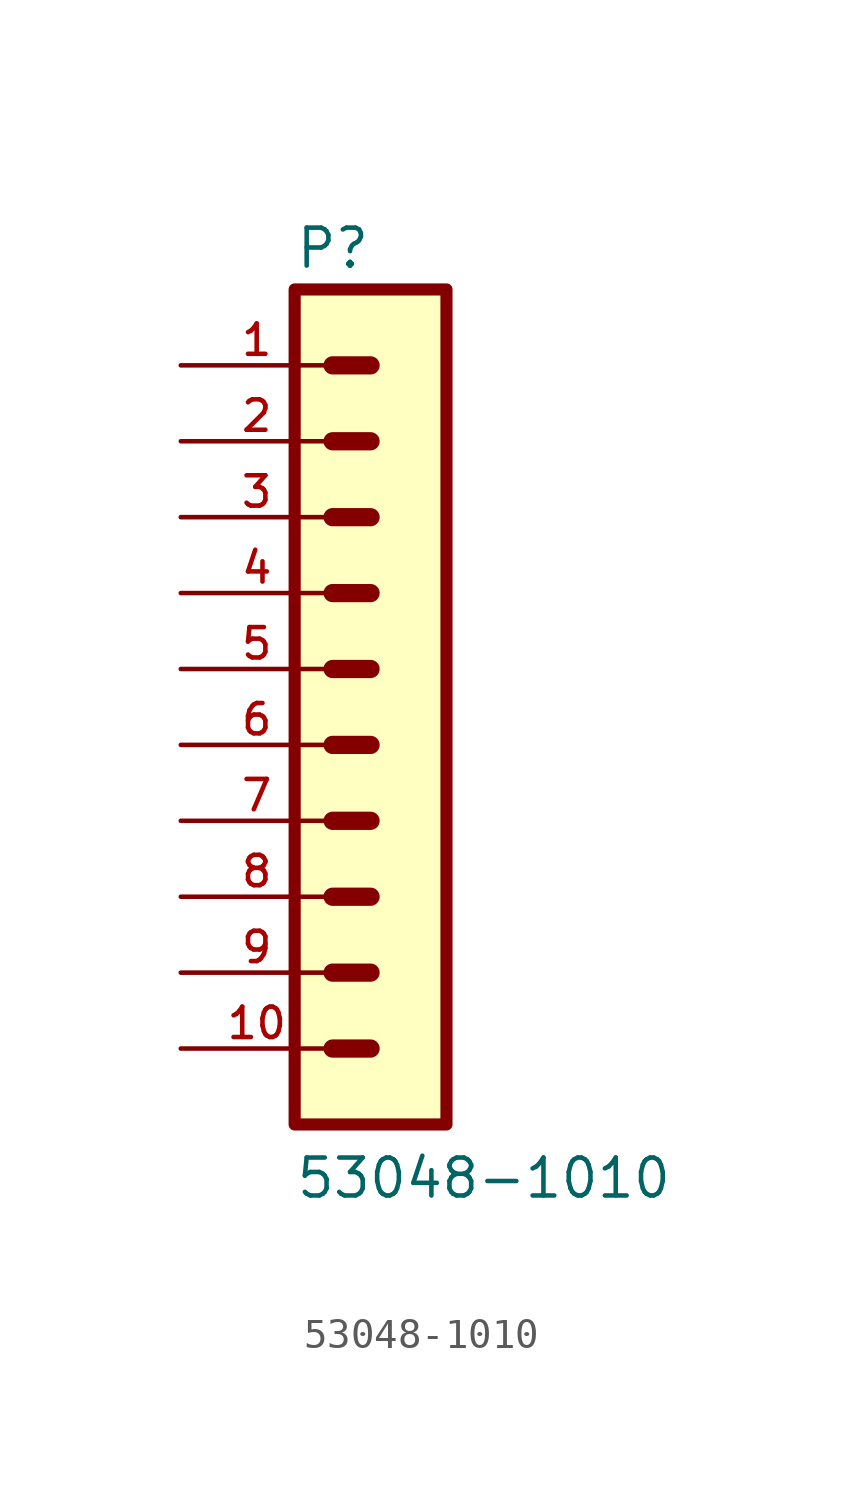
<source format=kicad_sym>
(kicad_symbol_lib
  (version 20211014)
  (generator kicad_symbol_editor)
  (symbol "53048-1010"
    (pin_names
      (offset 1.016))
    (property "Reference" "P"
      (at -1.27 15.875 0)
      (effects (font (size 1.27 1.27)) (justify bottom left)))
    (property "Value" "53048-1010"
      (at -1.27 -15.24 0)
      (effects (font (size 1.27 1.27)) (justify bottom left)))
    (symbol "53048-1010_0_0"
      (polyline (pts (xy 1.27 12.7) (xy 0.0 12.7)) (stroke (width 0.61)))
      (polyline (pts (xy 1.27 10.16) (xy 0.0 10.16)) (stroke (width 0.61)))
      (polyline (pts (xy 1.27 7.62) (xy 0.0 7.62)) (stroke (width 0.61)))
      (polyline (pts (xy 1.27 5.08) (xy 0.0 5.08)) (stroke (width 0.61)))
      (polyline (pts (xy 1.27 2.54) (xy 0.0 2.54)) (stroke (width 0.61)))
      (polyline (pts (xy 1.27 0.0) (xy 0.0 0.0)) (stroke (width 0.61)))
      (polyline (pts (xy 1.27 -2.54) (xy 0.0 -2.54)) (stroke (width 0.61)))
      (polyline (pts (xy 1.27 -5.08) (xy 0.0 -5.08)) (stroke (width 0.61)))
      (polyline (pts (xy 1.27 -7.62) (xy 0.0 -7.62)) (stroke (width 0.61)))
      (polyline (pts (xy 1.27 -10.16) (xy 0.0 -10.16)) (stroke (width 0.61)))
      (rectangle (start -1.27 -12.7) (end 3.81 15.24) (stroke (width 0.406)) (fill (type background)))
      (pin passive line (at -5.08 12.7 0) (length 5.08) (name "~" (effects (font (size 1.016 1.016)))) (number "1" (effects (font (size 1.016 1.016)))))
      (pin passive line (at -5.08 10.16 0) (length 5.08) (name "~" (effects (font (size 1.016 1.016)))) (number "2" (effects (font (size 1.016 1.016)))))
      (pin passive line (at -5.08 7.62 0) (length 5.08) (name "~" (effects (font (size 1.016 1.016)))) (number "3" (effects (font (size 1.016 1.016)))))
      (pin passive line (at -5.08 5.08 0) (length 5.08) (name "~" (effects (font (size 1.016 1.016)))) (number "4" (effects (font (size 1.016 1.016)))))
      (pin passive line (at -5.08 2.54 0) (length 5.08) (name "~" (effects (font (size 1.016 1.016)))) (number "5" (effects (font (size 1.016 1.016)))))
      (pin passive line (at -5.08 0.0 0) (length 5.08) (name "~" (effects (font (size 1.016 1.016)))) (number "6" (effects (font (size 1.016 1.016)))))
      (pin passive line (at -5.08 -2.54 0) (length 5.08) (name "~" (effects (font (size 1.016 1.016)))) (number "7" (effects (font (size 1.016 1.016)))))
      (pin passive line (at -5.08 -5.08 0) (length 5.08) (name "~" (effects (font (size 1.016 1.016)))) (number "8" (effects (font (size 1.016 1.016)))))
      (pin passive line (at -5.08 -7.62 0) (length 5.08) (name "~" (effects (font (size 1.016 1.016)))) (number "9" (effects (font (size 1.016 1.016)))))
      (pin passive line (at -5.08 -10.16 0) (length 5.08) (name "~" (effects (font (size 1.016 1.016)))) (number "10" (effects (font (size 1.016 1.016))))))))
</source>
